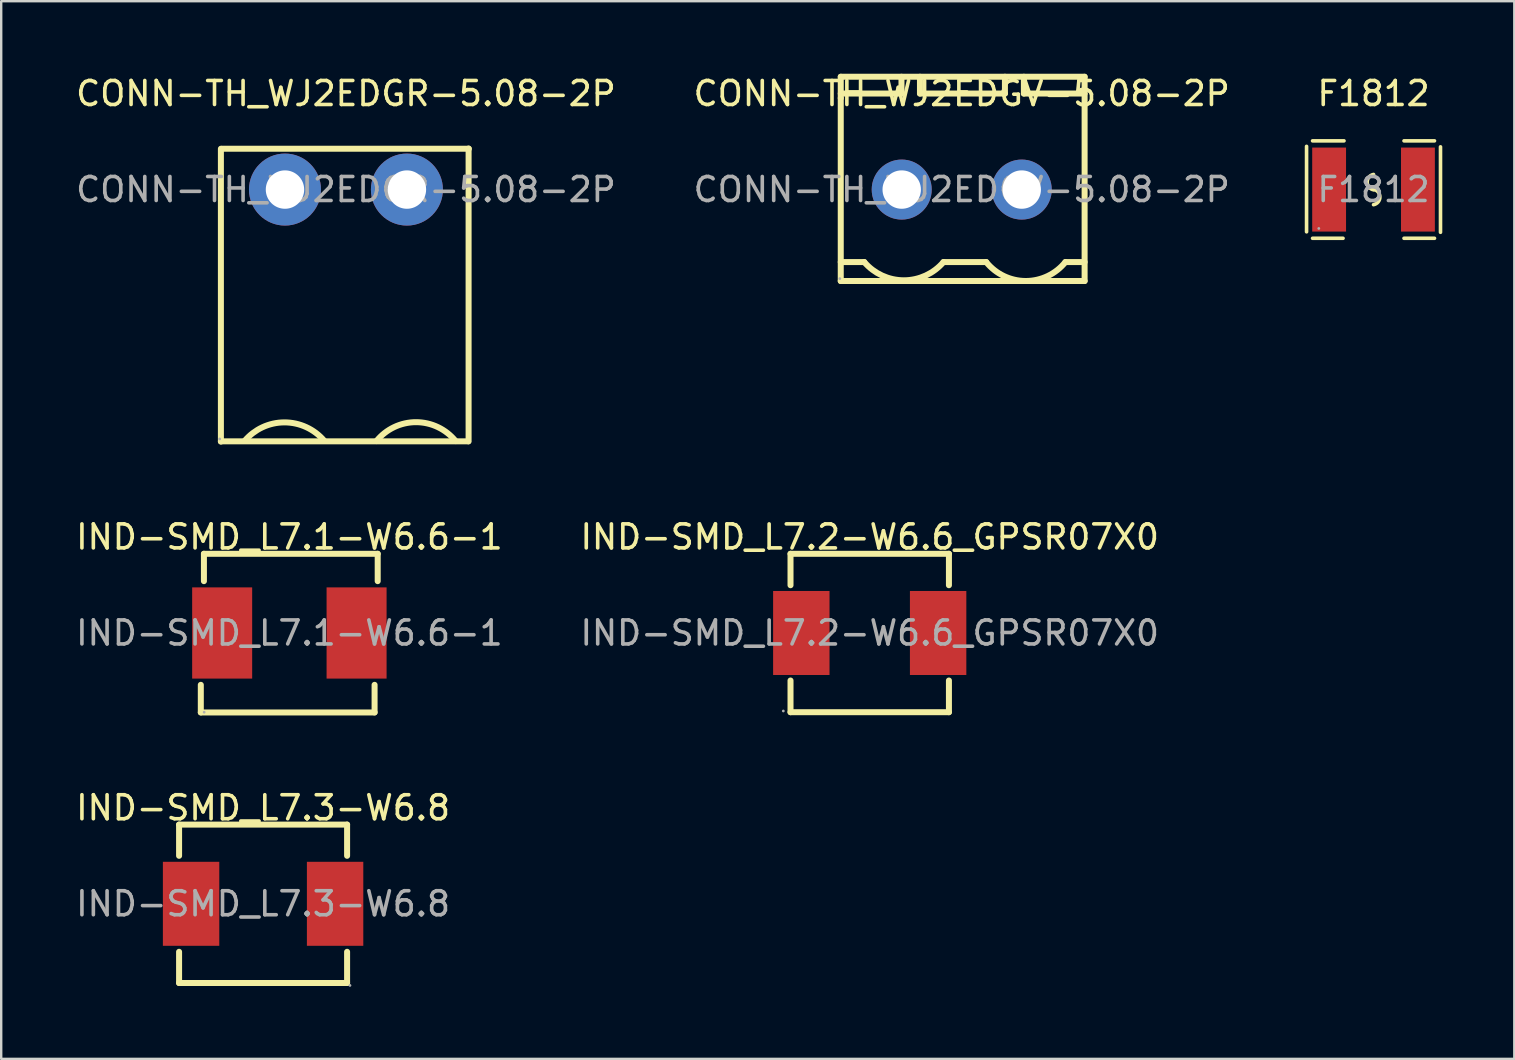
<source format=kicad_pcb>
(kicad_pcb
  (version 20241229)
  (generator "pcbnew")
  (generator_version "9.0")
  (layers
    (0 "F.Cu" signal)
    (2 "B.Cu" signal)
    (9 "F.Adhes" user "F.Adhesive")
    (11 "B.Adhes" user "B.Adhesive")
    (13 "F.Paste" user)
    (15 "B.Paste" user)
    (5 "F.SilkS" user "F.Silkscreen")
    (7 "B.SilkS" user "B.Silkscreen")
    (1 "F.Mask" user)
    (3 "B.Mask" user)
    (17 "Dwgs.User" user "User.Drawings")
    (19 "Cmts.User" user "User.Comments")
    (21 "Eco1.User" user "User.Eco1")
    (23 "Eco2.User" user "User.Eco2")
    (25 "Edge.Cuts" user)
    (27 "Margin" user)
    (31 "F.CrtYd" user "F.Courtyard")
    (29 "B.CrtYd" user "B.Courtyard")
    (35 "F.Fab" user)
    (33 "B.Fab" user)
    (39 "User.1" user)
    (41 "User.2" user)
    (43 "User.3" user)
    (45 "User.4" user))
  (footprint "F1812"
    (layer "F.Cu")
    (at 54.175 4.848)
    (property "Reference" "F1812" (at 0 -4 0) (layer "F.SilkS") (effects (font (size 1 1) (thickness 0.15))))
    (attr smd)
    (fp_line (start -2.79 -1.8) (end -2.79 1.76) (stroke (width 0.15) (type solid)) (layer "F.SilkS"))
    (fp_line (start -2.54 -2.03) (end -1.23 -2.03) (stroke (width 0.15) (type solid)) (layer "F.SilkS"))
    (fp_line (start -1.27 2.03) (end -2.54 2.03) (stroke (width 0.15) (type solid)) (layer "F.SilkS"))
    (fp_line (start 1.27 2.03) (end 2.54 2.03) (stroke (width 0.15) (type solid)) (layer "F.SilkS"))
    (fp_line (start 2.54 -2.03) (end 1.27 -2.03) (stroke (width 0.15) (type solid)) (layer "F.SilkS"))
    (fp_line (start 2.79 -1.78) (end 2.79 1.78) (stroke (width 0.15) (type solid)) (layer "F.SilkS"))
    (fp_arc (start -0.005366 -0.01096) (mid 0.265565 0.307274) (end 0 0.63) (stroke (width 0.15) (type solid)) (layer "F.SilkS"))
    (fp_arc (start 0.005366 0.01096) (mid -0.265565 -0.307274) (end 0 -0.63) (stroke (width 0.15) (type solid)) (layer "F.SilkS"))
    (fp_circle (center -2.28 1.62) (end -2.25 1.62) (stroke (width 0.06) (type solid)) (fill no) (layer "F.Fab"))
    (fp_text user "${REFERENCE}" (at 0 0 0) (layer "F.Fab") (effects (font (size 1 1) (thickness 0.15))))
    (pad "1" smd rect (at -1.85 0) (size 1.41 3.5) (layers "F.Cu" "F.Mask" "F.Paste"))
    (pad "2" smd rect (at 1.85 0) (size 1.41 3.5) (layers "F.Cu" "F.Mask" "F.Paste")))
  (footprint "CONN-TH_WJ2EDGR-5.08-2P"
    (layer "F.Cu")
    (at 11.363 4.848)
    (property "Reference" "CONN-TH_WJ2EDGR-5.08-2P" (at 0 -4 0) (layer "F.SilkS") (effects (font (size 1 1) (thickness 0.15))))
    (attr through_hole)
    (fp_line (start -5.21 -1.7) (end -5.21 10.5) (stroke (width 0.25) (type solid)) (layer "F.SilkS"))
    (fp_line (start -5.21 10.49) (end 5.09 10.49) (stroke (width 0.25) (type solid)) (layer "F.SilkS"))
    (fp_line (start -5.18 -1.7) (end 5.12 -1.7) (stroke (width 0.25) (type solid)) (layer "F.SilkS"))
    (fp_line (start 5.11 -1.71) (end 5.11 10.49) (stroke (width 0.25) (type solid)) (layer "F.SilkS"))
    (fp_arc (start -4.220555 10.472446) (mid -2.56816 9.699624) (end -0.91 10.46) (stroke (width 0.25) (type solid)) (layer "F.SilkS"))
    (fp_arc (start 1.271119 10.478614) (mid 2.920891 9.690709) (end 4.57 10.48) (stroke (width 0.25) (type solid)) (layer "F.SilkS"))
    (fp_circle (center -5.26 10.39) (end -5.23 10.39) (stroke (width 0.06) (type solid)) (fill no) (layer "F.Fab"))
    (fp_text user "${REFERENCE}" (at 0 0 0) (layer "F.Fab") (effects (font (size 1 1) (thickness 0.15))))
    (pad "1" thru_hole circle (at -2.54 0) (size 3 3) (drill 1.6) (layers "*.Cu" "*.Mask"))
    (pad "2" thru_hole circle (at 2.54 0) (size 3 3) (drill 1.6) (layers "*.Cu" "*.Mask")))
  (footprint "IND-SMD_L7.2-W6.6_GPSR07X0"
    (layer "F.Cu")
    (at 33.185 23.322)
    (property "Reference" "IND-SMD_L7.2-W6.6_GPSR07X0" (at 0 -4 0) (layer "F.SilkS") (effects (font (size 1 1) (thickness 0.15))))
    (attr through_hole)
    (fp_line (start -3.3 -3.3) (end -3.3 -1.99) (stroke (width 0.25) (type solid)) (layer "F.SilkS"))
    (fp_line (start -3.3 -3.3) (end 3.3 -3.3) (stroke (width 0.25) (type solid)) (layer "F.SilkS"))
    (fp_line (start -3.3 1.98) (end -3.3 3.3) (stroke (width 0.25) (type solid)) (layer "F.SilkS"))
    (fp_line (start -3.3 3.3) (end 3.3 3.3) (stroke (width 0.25) (type solid)) (layer "F.SilkS"))
    (fp_line (start 3.3 -3.3) (end 3.3 -1.99) (stroke (width 0.25) (type solid)) (layer "F.SilkS"))
    (fp_line (start 3.3 1.98) (end 3.3 3.3) (stroke (width 0.25) (type solid)) (layer "F.SilkS"))
    (fp_circle (center -3.6 3.25) (end -3.57 3.25) (stroke (width 0.06) (type solid)) (fill no) (layer "F.Fab"))
    (fp_text user "${REFERENCE}" (at 0 0 0) (layer "F.Fab") (effects (font (size 1 1) (thickness 0.15))))
    (pad "1" smd rect (at -2.85 0) (size 2.35 3.5) (layers "F.Cu" "F.Mask" "F.Paste"))
    (pad "2" smd rect (at 2.85 0) (size 2.35 3.5) (layers "F.Cu" "F.Mask" "F.Paste")))
  (footprint "IND-SMD_L7.1-W6.6-1"
    (layer "F.Cu")
    (at 9.006 23.322)
    (property "Reference" "IND-SMD_L7.1-W6.6-1" (at 0 -4 0) (layer "F.SilkS") (effects (font (size 1 1) (thickness 0.15))))
    (attr smd)
    (fp_line (start -3.69 3.31) (end -3.69 2.16) (stroke (width 0.25) (type solid)) (layer "F.SilkS"))
    (fp_line (start -3.56 -3.3) (end 3.68 -3.3) (stroke (width 0.25) (type solid)) (layer "F.SilkS"))
    (fp_line (start -3.56 -2.16) (end -3.56 -3.3) (stroke (width 0.25) (type solid)) (layer "F.SilkS"))
    (fp_line (start 3.55 2.16) (end 3.55 3.31) (stroke (width 0.25) (type solid)) (layer "F.SilkS"))
    (fp_line (start 3.55 3.31) (end -3.69 3.31) (stroke (width 0.25) (type solid)) (layer "F.SilkS"))
    (fp_line (start 3.68 -3.3) (end 3.68 -2.16) (stroke (width 0.25) (type solid)) (layer "F.SilkS"))
    (fp_circle (center -3.55 3.3) (end -3.52 3.3) (stroke (width 0.06) (type solid)) (fill no) (layer "F.Fab"))
    (fp_text user "${REFERENCE}" (at 0 0 0) (layer "F.Fab") (effects (font (size 1 1) (thickness 0.15))))
    (pad "1" smd rect (at -2.8 0) (size 2.5 3.8) (layers "F.Cu" "F.Mask" "F.Paste"))
    (pad "2" smd rect (at 2.8 0) (size 2.5 3.8) (layers "F.Cu" "F.Mask" "F.Paste")))
  (footprint "CONN-TH_WJ2EDGV-5.08-2P"
    (layer "F.Cu")
    (at 37.018 4.848)
    (property "Reference" "CONN-TH_WJ2EDGV-5.08-2P" (at 0 -4 0) (layer "F.SilkS") (effects (font (size 1 1) (thickness 0.15))))
    (attr through_hole)
    (fp_line (start -5.04 -4.7) (end 5.12 -4.7) (stroke (width 0.25) (type solid)) (layer "F.SilkS"))
    (fp_line (start -5.04 -4) (end -2.51 -4) (stroke (width 0.25) (type solid)) (layer "F.SilkS"))
    (fp_line (start -5.04 -3.81) (end -5.04 -4.7) (stroke (width 0.25) (type solid)) (layer "F.SilkS"))
    (fp_line (start -5.04 -3.81) (end -5.04 3.81) (stroke (width 0.25) (type solid)) (layer "F.SilkS"))
    (fp_line (start -5.04 3.81) (end 5.12 3.81) (stroke (width 0.25) (type solid)) (layer "F.SilkS"))
    (fp_line (start -4.06 3.02) (end -5.04 3.02) (stroke (width 0.25) (type solid)) (layer "F.SilkS"))
    (fp_line (start -2.51 -4) (end -2.51 -4.7) (stroke (width 0.25) (type solid)) (layer "F.SilkS"))
    (fp_line (start -1.74 -4.7) (end -1.74 -4) (stroke (width 0.25) (type solid)) (layer "F.SilkS"))
    (fp_line (start -1.74 -4) (end 1.8 -4) (stroke (width 0.25) (type solid)) (layer "F.SilkS"))
    (fp_line (start -0.76 3.02) (end 1.02 3.02) (stroke (width 0.25) (type solid)) (layer "F.SilkS"))
    (fp_line (start 1.8 -4) (end 1.8 -4.7) (stroke (width 0.25) (type solid)) (layer "F.SilkS"))
    (fp_line (start 2.59 -4) (end 2.59 -4.7) (stroke (width 0.25) (type solid)) (layer "F.SilkS"))
    (fp_line (start 4.32 3.02) (end 5.12 3.02) (stroke (width 0.25) (type solid)) (layer "F.SilkS"))
    (fp_line (start 5.12 -4.7) (end 5.12 3.81) (stroke (width 0.25) (type solid)) (layer "F.SilkS"))
    (fp_line (start 5.12 -4) (end 2.59 -4) (stroke (width 0.25) (type solid)) (layer "F.SilkS"))
    (fp_arc (start -0.76 3.02) (mid -2.410394 3.780392) (end -4.060511 3.019401) (stroke (width 0.25) (type solid)) (layer "F.SilkS"))
    (fp_arc (start 4.32 3.02) (mid 2.670891 3.809292) (end 1.021119 3.021386) (stroke (width 0.25) (type solid)) (layer "F.SilkS"))
    (fp_circle (center -5.08 3.71) (end -5.05 3.71) (stroke (width 0.06) (type solid)) (fill no) (layer "F.Fab"))
    (fp_text user "${REFERENCE}" (at 0 0 0) (layer "F.Fab") (effects (font (size 1 1) (thickness 0.15))))
    (pad "1" thru_hole circle (at -2.5 0) (size 2.5 2.5) (drill 1.6) (layers "*.Cu" "*.Mask"))
    (pad "2" thru_hole circle (at 2.5 0) (size 2.5 2.5) (drill 1.6) (layers "*.Cu" "*.Mask")))
  (footprint "IND-SMD_L7.3-W6.8"
    (layer "F.Cu")
    (at 7.911 34.605)
    (property "Reference" "IND-SMD_L7.3-W6.8" (at 0 -4 0) (layer "F.SilkS") (effects (font (size 1 1) (thickness 0.15))))
    (attr smd)
    (fp_line (start -3.5 -3.3) (end -3.5 -2) (stroke (width 0.25) (type solid)) (layer "F.SilkS"))
    (fp_line (start -3.5 -3.3) (end 3.5 -3.3) (stroke (width 0.25) (type solid)) (layer "F.SilkS"))
    (fp_line (start -3.5 2) (end -3.5 3.3) (stroke (width 0.25) (type solid)) (layer "F.SilkS"))
    (fp_line (start -3.5 3.3) (end 3.5 3.3) (stroke (width 0.25) (type solid)) (layer "F.SilkS"))
    (fp_line (start 3.5 -3.3) (end 3.5 -2) (stroke (width 0.25) (type solid)) (layer "F.SilkS"))
    (fp_line (start 3.5 2) (end 3.5 3.3) (stroke (width 0.25) (type solid)) (layer "F.SilkS"))
    (fp_circle (center 3.62 3.4) (end 3.65 3.4) (stroke (width 0.06) (type solid)) (fill no) (layer "F.Fab"))
    (fp_text user "${REFERENCE}" (at 0 0 0) (layer "F.Fab") (effects (font (size 1 1) (thickness 0.15))))
    (pad "1" smd rect (at -3 0) (size 2.35 3.5) (layers "F.Cu" "F.Mask" "F.Paste"))
    (pad "2" smd rect (at 3 0) (size 2.35 3.5) (layers "F.Cu" "F.Mask" "F.Paste")))
  (gr_rect
    (start -3 -3)
    (end 60.04 41.065)
    (stroke (width 0.1) (type default))
    (fill no)
    (layer "Edge.Cuts")))
</source>
